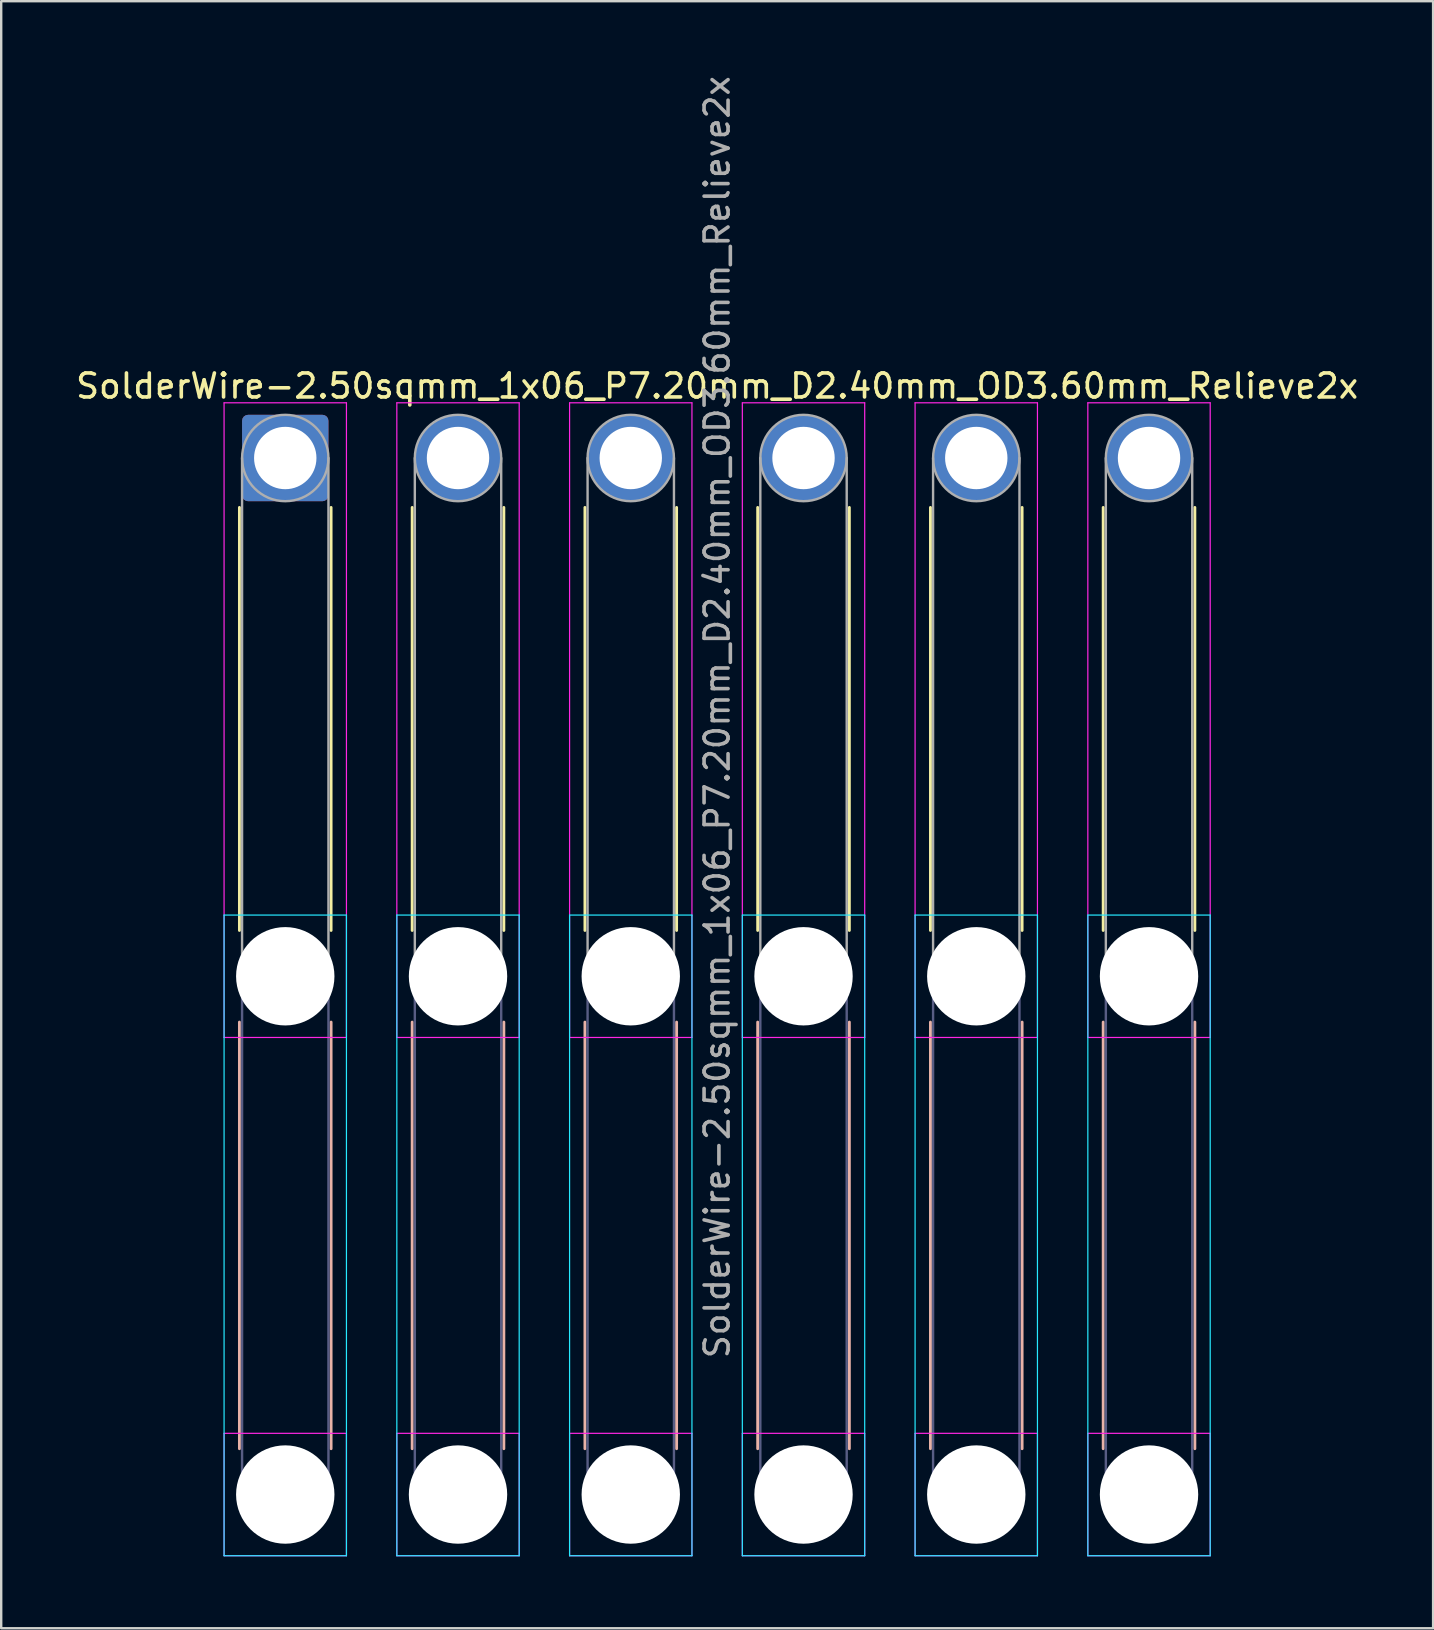
<source format=kicad_pcb>
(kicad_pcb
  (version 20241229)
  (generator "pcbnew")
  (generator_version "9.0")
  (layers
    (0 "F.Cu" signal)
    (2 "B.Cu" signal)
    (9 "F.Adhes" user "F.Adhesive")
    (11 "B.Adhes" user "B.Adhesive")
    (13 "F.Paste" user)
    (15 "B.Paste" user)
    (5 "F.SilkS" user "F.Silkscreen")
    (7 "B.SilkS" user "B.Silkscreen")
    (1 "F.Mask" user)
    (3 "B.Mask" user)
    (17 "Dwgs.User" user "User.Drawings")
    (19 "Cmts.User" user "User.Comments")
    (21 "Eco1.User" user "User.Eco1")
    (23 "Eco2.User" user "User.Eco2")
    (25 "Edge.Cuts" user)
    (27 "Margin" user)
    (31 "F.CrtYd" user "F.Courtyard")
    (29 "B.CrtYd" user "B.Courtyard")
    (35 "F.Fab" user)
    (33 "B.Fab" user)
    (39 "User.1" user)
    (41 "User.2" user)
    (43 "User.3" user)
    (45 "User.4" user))
  (footprint "SolderWire-2.50sqmm_1x06_P7.20mm_D2.40mm_OD3.60mm_Relieve2x"
    (layer "F.Cu")
    (at 8.839 16.039)
    (property "Reference" "SolderWire-2.50sqmm_1x06_P7.20mm_D2.40mm_OD3.60mm_Relieve2x" (at 18 -3 0) (layer "F.SilkS") (effects (font (size 1 1) (thickness 0.15))))
    (attr exclude_from_pos_files exclude_from_bom)
    (fp_line (start -1.91 2.06) (end -1.91 19.69) (stroke (width 0.12) (type solid)) (layer "F.SilkS"))
    (fp_line (start 1.91 2.06) (end 1.91 19.69) (stroke (width 0.12) (type solid)) (layer "F.SilkS"))
    (fp_line (start 5.29 2.06) (end 5.29 19.69) (stroke (width 0.12) (type solid)) (layer "F.SilkS"))
    (fp_line (start 9.11 2.06) (end 9.11 19.69) (stroke (width 0.12) (type solid)) (layer "F.SilkS"))
    (fp_line (start 12.49 2.06) (end 12.49 19.69) (stroke (width 0.12) (type solid)) (layer "F.SilkS"))
    (fp_line (start 16.31 2.06) (end 16.31 19.69) (stroke (width 0.12) (type solid)) (layer "F.SilkS"))
    (fp_line (start 19.69 2.06) (end 19.69 19.69) (stroke (width 0.12) (type solid)) (layer "F.SilkS"))
    (fp_line (start 23.51 2.06) (end 23.51 19.69) (stroke (width 0.12) (type solid)) (layer "F.SilkS"))
    (fp_line (start 26.89 2.06) (end 26.89 19.69) (stroke (width 0.12) (type solid)) (layer "F.SilkS"))
    (fp_line (start 30.71 2.06) (end 30.71 19.69) (stroke (width 0.12) (type solid)) (layer "F.SilkS"))
    (fp_line (start 34.09 2.06) (end 34.09 19.69) (stroke (width 0.12) (type solid)) (layer "F.SilkS"))
    (fp_line (start 37.91 2.06) (end 37.91 19.69) (stroke (width 0.12) (type solid)) (layer "F.SilkS"))
    (fp_line (start -1.91 23.51) (end -1.91 41.29) (stroke (width 0.12) (type solid)) (layer "B.SilkS"))
    (fp_line (start 1.91 23.51) (end 1.91 41.29) (stroke (width 0.12) (type solid)) (layer "B.SilkS"))
    (fp_line (start 5.29 23.51) (end 5.29 41.29) (stroke (width 0.12) (type solid)) (layer "B.SilkS"))
    (fp_line (start 9.11 23.51) (end 9.11 41.29) (stroke (width 0.12) (type solid)) (layer "B.SilkS"))
    (fp_line (start 12.49 23.51) (end 12.49 41.29) (stroke (width 0.12) (type solid)) (layer "B.SilkS"))
    (fp_line (start 16.31 23.51) (end 16.31 41.29) (stroke (width 0.12) (type solid)) (layer "B.SilkS"))
    (fp_line (start 19.69 23.51) (end 19.69 41.29) (stroke (width 0.12) (type solid)) (layer "B.SilkS"))
    (fp_line (start 23.51 23.51) (end 23.51 41.29) (stroke (width 0.12) (type solid)) (layer "B.SilkS"))
    (fp_line (start 26.89 23.51) (end 26.89 41.29) (stroke (width 0.12) (type solid)) (layer "B.SilkS"))
    (fp_line (start 30.71 23.51) (end 30.71 41.29) (stroke (width 0.12) (type solid)) (layer "B.SilkS"))
    (fp_line (start 34.09 23.51) (end 34.09 41.29) (stroke (width 0.12) (type solid)) (layer "B.SilkS"))
    (fp_line (start 37.91 23.51) (end 37.91 41.29) (stroke (width 0.12) (type solid)) (layer "B.SilkS"))
    (fp_line (start -2.55 19.05) (end -2.55 45.75) (stroke (width 0.05) (type solid)) (layer "B.CrtYd"))
    (fp_line (start -2.55 45.75) (end 2.55 45.75) (stroke (width 0.05) (type solid)) (layer "B.CrtYd"))
    (fp_line (start 2.55 19.05) (end -2.55 19.05) (stroke (width 0.05) (type solid)) (layer "B.CrtYd"))
    (fp_line (start 2.55 45.75) (end 2.55 19.05) (stroke (width 0.05) (type solid)) (layer "B.CrtYd"))
    (fp_line (start 4.65 19.05) (end 4.65 45.75) (stroke (width 0.05) (type solid)) (layer "B.CrtYd"))
    (fp_line (start 4.65 45.75) (end 9.75 45.75) (stroke (width 0.05) (type solid)) (layer "B.CrtYd"))
    (fp_line (start 9.75 19.05) (end 4.65 19.05) (stroke (width 0.05) (type solid)) (layer "B.CrtYd"))
    (fp_line (start 9.75 45.75) (end 9.75 19.05) (stroke (width 0.05) (type solid)) (layer "B.CrtYd"))
    (fp_line (start 11.85 19.05) (end 11.85 45.75) (stroke (width 0.05) (type solid)) (layer "B.CrtYd"))
    (fp_line (start 11.85 45.75) (end 16.95 45.75) (stroke (width 0.05) (type solid)) (layer "B.CrtYd"))
    (fp_line (start 16.95 19.05) (end 11.85 19.05) (stroke (width 0.05) (type solid)) (layer "B.CrtYd"))
    (fp_line (start 16.95 45.75) (end 16.95 19.05) (stroke (width 0.05) (type solid)) (layer "B.CrtYd"))
    (fp_line (start 19.05 19.05) (end 19.05 45.75) (stroke (width 0.05) (type solid)) (layer "B.CrtYd"))
    (fp_line (start 19.05 45.75) (end 24.15 45.75) (stroke (width 0.05) (type solid)) (layer "B.CrtYd"))
    (fp_line (start 24.15 19.05) (end 19.05 19.05) (stroke (width 0.05) (type solid)) (layer "B.CrtYd"))
    (fp_line (start 24.15 45.75) (end 24.15 19.05) (stroke (width 0.05) (type solid)) (layer "B.CrtYd"))
    (fp_line (start 26.25 19.05) (end 26.25 45.75) (stroke (width 0.05) (type solid)) (layer "B.CrtYd"))
    (fp_line (start 26.25 45.75) (end 31.35 45.75) (stroke (width 0.05) (type solid)) (layer "B.CrtYd"))
    (fp_line (start 31.35 19.05) (end 26.25 19.05) (stroke (width 0.05) (type solid)) (layer "B.CrtYd"))
    (fp_line (start 31.35 45.75) (end 31.35 19.05) (stroke (width 0.05) (type solid)) (layer "B.CrtYd"))
    (fp_line (start 33.45 19.05) (end 33.45 45.75) (stroke (width 0.05) (type solid)) (layer "B.CrtYd"))
    (fp_line (start 33.45 45.75) (end 38.55 45.75) (stroke (width 0.05) (type solid)) (layer "B.CrtYd"))
    (fp_line (start 38.55 19.05) (end 33.45 19.05) (stroke (width 0.05) (type solid)) (layer "B.CrtYd"))
    (fp_line (start 38.55 45.75) (end 38.55 19.05) (stroke (width 0.05) (type solid)) (layer "B.CrtYd"))
    (fp_line (start -2.55 -2.3) (end -2.55 24.15) (stroke (width 0.05) (type solid)) (layer "F.CrtYd"))
    (fp_line (start -2.55 24.15) (end 2.55 24.15) (stroke (width 0.05) (type solid)) (layer "F.CrtYd"))
    (fp_line (start -2.55 40.65) (end -2.55 45.75) (stroke (width 0.05) (type solid)) (layer "F.CrtYd"))
    (fp_line (start -2.55 45.75) (end 2.55 45.75) (stroke (width 0.05) (type solid)) (layer "F.CrtYd"))
    (fp_line (start 2.55 -2.3) (end -2.55 -2.3) (stroke (width 0.05) (type solid)) (layer "F.CrtYd"))
    (fp_line (start 2.55 24.15) (end 2.55 -2.3) (stroke (width 0.05) (type solid)) (layer "F.CrtYd"))
    (fp_line (start 2.55 40.65) (end -2.55 40.65) (stroke (width 0.05) (type solid)) (layer "F.CrtYd"))
    (fp_line (start 2.55 45.75) (end 2.55 40.65) (stroke (width 0.05) (type solid)) (layer "F.CrtYd"))
    (fp_line (start 4.65 -2.3) (end 4.65 24.15) (stroke (width 0.05) (type solid)) (layer "F.CrtYd"))
    (fp_line (start 4.65 24.15) (end 9.75 24.15) (stroke (width 0.05) (type solid)) (layer "F.CrtYd"))
    (fp_line (start 4.65 40.65) (end 4.65 45.75) (stroke (width 0.05) (type solid)) (layer "F.CrtYd"))
    (fp_line (start 4.65 45.75) (end 9.75 45.75) (stroke (width 0.05) (type solid)) (layer "F.CrtYd"))
    (fp_line (start 9.75 -2.3) (end 4.65 -2.3) (stroke (width 0.05) (type solid)) (layer "F.CrtYd"))
    (fp_line (start 9.75 24.15) (end 9.75 -2.3) (stroke (width 0.05) (type solid)) (layer "F.CrtYd"))
    (fp_line (start 9.75 40.65) (end 4.65 40.65) (stroke (width 0.05) (type solid)) (layer "F.CrtYd"))
    (fp_line (start 9.75 45.75) (end 9.75 40.65) (stroke (width 0.05) (type solid)) (layer "F.CrtYd"))
    (fp_line (start 11.85 -2.3) (end 11.85 24.15) (stroke (width 0.05) (type solid)) (layer "F.CrtYd"))
    (fp_line (start 11.85 24.15) (end 16.95 24.15) (stroke (width 0.05) (type solid)) (layer "F.CrtYd"))
    (fp_line (start 11.85 40.65) (end 11.85 45.75) (stroke (width 0.05) (type solid)) (layer "F.CrtYd"))
    (fp_line (start 11.85 45.75) (end 16.95 45.75) (stroke (width 0.05) (type solid)) (layer "F.CrtYd"))
    (fp_line (start 16.95 -2.3) (end 11.85 -2.3) (stroke (width 0.05) (type solid)) (layer "F.CrtYd"))
    (fp_line (start 16.95 24.15) (end 16.95 -2.3) (stroke (width 0.05) (type solid)) (layer "F.CrtYd"))
    (fp_line (start 16.95 40.65) (end 11.85 40.65) (stroke (width 0.05) (type solid)) (layer "F.CrtYd"))
    (fp_line (start 16.95 45.75) (end 16.95 40.65) (stroke (width 0.05) (type solid)) (layer "F.CrtYd"))
    (fp_line (start 19.05 -2.3) (end 19.05 24.15) (stroke (width 0.05) (type solid)) (layer "F.CrtYd"))
    (fp_line (start 19.05 24.15) (end 24.15 24.15) (stroke (width 0.05) (type solid)) (layer "F.CrtYd"))
    (fp_line (start 19.05 40.65) (end 19.05 45.75) (stroke (width 0.05) (type solid)) (layer "F.CrtYd"))
    (fp_line (start 19.05 45.75) (end 24.15 45.75) (stroke (width 0.05) (type solid)) (layer "F.CrtYd"))
    (fp_line (start 24.15 -2.3) (end 19.05 -2.3) (stroke (width 0.05) (type solid)) (layer "F.CrtYd"))
    (fp_line (start 24.15 24.15) (end 24.15 -2.3) (stroke (width 0.05) (type solid)) (layer "F.CrtYd"))
    (fp_line (start 24.15 40.65) (end 19.05 40.65) (stroke (width 0.05) (type solid)) (layer "F.CrtYd"))
    (fp_line (start 24.15 45.75) (end 24.15 40.65) (stroke (width 0.05) (type solid)) (layer "F.CrtYd"))
    (fp_line (start 26.25 -2.3) (end 26.25 24.15) (stroke (width 0.05) (type solid)) (layer "F.CrtYd"))
    (fp_line (start 26.25 24.15) (end 31.35 24.15) (stroke (width 0.05) (type solid)) (layer "F.CrtYd"))
    (fp_line (start 26.25 40.65) (end 26.25 45.75) (stroke (width 0.05) (type solid)) (layer "F.CrtYd"))
    (fp_line (start 26.25 45.75) (end 31.35 45.75) (stroke (width 0.05) (type solid)) (layer "F.CrtYd"))
    (fp_line (start 31.35 -2.3) (end 26.25 -2.3) (stroke (width 0.05) (type solid)) (layer "F.CrtYd"))
    (fp_line (start 31.35 24.15) (end 31.35 -2.3) (stroke (width 0.05) (type solid)) (layer "F.CrtYd"))
    (fp_line (start 31.35 40.65) (end 26.25 40.65) (stroke (width 0.05) (type solid)) (layer "F.CrtYd"))
    (fp_line (start 31.35 45.75) (end 31.35 40.65) (stroke (width 0.05) (type solid)) (layer "F.CrtYd"))
    (fp_line (start 33.45 -2.3) (end 33.45 24.15) (stroke (width 0.05) (type solid)) (layer "F.CrtYd"))
    (fp_line (start 33.45 24.15) (end 38.55 24.15) (stroke (width 0.05) (type solid)) (layer "F.CrtYd"))
    (fp_line (start 33.45 40.65) (end 33.45 45.75) (stroke (width 0.05) (type solid)) (layer "F.CrtYd"))
    (fp_line (start 33.45 45.75) (end 38.55 45.75) (stroke (width 0.05) (type solid)) (layer "F.CrtYd"))
    (fp_line (start 38.55 -2.3) (end 33.45 -2.3) (stroke (width 0.05) (type solid)) (layer "F.CrtYd"))
    (fp_line (start 38.55 24.15) (end 38.55 -2.3) (stroke (width 0.05) (type solid)) (layer "F.CrtYd"))
    (fp_line (start 38.55 40.65) (end 33.45 40.65) (stroke (width 0.05) (type solid)) (layer "F.CrtYd"))
    (fp_line (start 38.55 45.75) (end 38.55 40.65) (stroke (width 0.05) (type solid)) (layer "F.CrtYd"))
    (fp_line (start -1.8 21.6) (end -1.8 43.2) (stroke (width 0.1) (type solid)) (layer "B.Fab"))
    (fp_line (start 1.8 21.6) (end 1.8 43.2) (stroke (width 0.1) (type solid)) (layer "B.Fab"))
    (fp_line (start 5.4 21.6) (end 5.4 43.2) (stroke (width 0.1) (type solid)) (layer "B.Fab"))
    (fp_line (start 9 21.6) (end 9 43.2) (stroke (width 0.1) (type solid)) (layer "B.Fab"))
    (fp_line (start 12.6 21.6) (end 12.6 43.2) (stroke (width 0.1) (type solid)) (layer "B.Fab"))
    (fp_line (start 16.2 21.6) (end 16.2 43.2) (stroke (width 0.1) (type solid)) (layer "B.Fab"))
    (fp_line (start 19.8 21.6) (end 19.8 43.2) (stroke (width 0.1) (type solid)) (layer "B.Fab"))
    (fp_line (start 23.4 21.6) (end 23.4 43.2) (stroke (width 0.1) (type solid)) (layer "B.Fab"))
    (fp_line (start 27 21.6) (end 27 43.2) (stroke (width 0.1) (type solid)) (layer "B.Fab"))
    (fp_line (start 30.6 21.6) (end 30.6 43.2) (stroke (width 0.1) (type solid)) (layer "B.Fab"))
    (fp_line (start 34.2 21.6) (end 34.2 43.2) (stroke (width 0.1) (type solid)) (layer "B.Fab"))
    (fp_line (start 37.8 21.6) (end 37.8 43.2) (stroke (width 0.1) (type solid)) (layer "B.Fab"))
    (fp_circle (center 0 21.6) (end 1.8 21.6) (stroke (width 0.1) (type solid)) (fill no) (layer "B.Fab"))
    (fp_circle (center 0 43.2) (end 1.8 43.2) (stroke (width 0.1) (type solid)) (fill no) (layer "B.Fab"))
    (fp_circle (center 7.2 21.6) (end 9 21.6) (stroke (width 0.1) (type solid)) (fill no) (layer "B.Fab"))
    (fp_circle (center 7.2 43.2) (end 9 43.2) (stroke (width 0.1) (type solid)) (fill no) (layer "B.Fab"))
    (fp_circle (center 14.4 21.6) (end 16.2 21.6) (stroke (width 0.1) (type solid)) (fill no) (layer "B.Fab"))
    (fp_circle (center 14.4 43.2) (end 16.2 43.2) (stroke (width 0.1) (type solid)) (fill no) (layer "B.Fab"))
    (fp_circle (center 21.6 21.6) (end 23.4 21.6) (stroke (width 0.1) (type solid)) (fill no) (layer "B.Fab"))
    (fp_circle (center 21.6 43.2) (end 23.4 43.2) (stroke (width 0.1) (type solid)) (fill no) (layer "B.Fab"))
    (fp_circle (center 28.8 21.6) (end 30.6 21.6) (stroke (width 0.1) (type solid)) (fill no) (layer "B.Fab"))
    (fp_circle (center 28.8 43.2) (end 30.6 43.2) (stroke (width 0.1) (type solid)) (fill no) (layer "B.Fab"))
    (fp_circle (center 36 21.6) (end 37.8 21.6) (stroke (width 0.1) (type solid)) (fill no) (layer "B.Fab"))
    (fp_circle (center 36 43.2) (end 37.8 43.2) (stroke (width 0.1) (type solid)) (fill no) (layer "B.Fab"))
    (fp_line (start -1.8 0) (end -1.8 21.6) (stroke (width 0.1) (type solid)) (layer "F.Fab"))
    (fp_line (start 1.8 0) (end 1.8 21.6) (stroke (width 0.1) (type solid)) (layer "F.Fab"))
    (fp_line (start 5.4 0) (end 5.4 21.6) (stroke (width 0.1) (type solid)) (layer "F.Fab"))
    (fp_line (start 9 0) (end 9 21.6) (stroke (width 0.1) (type solid)) (layer "F.Fab"))
    (fp_line (start 12.6 0) (end 12.6 21.6) (stroke (width 0.1) (type solid)) (layer "F.Fab"))
    (fp_line (start 16.2 0) (end 16.2 21.6) (stroke (width 0.1) (type solid)) (layer "F.Fab"))
    (fp_line (start 19.8 0) (end 19.8 21.6) (stroke (width 0.1) (type solid)) (layer "F.Fab"))
    (fp_line (start 23.4 0) (end 23.4 21.6) (stroke (width 0.1) (type solid)) (layer "F.Fab"))
    (fp_line (start 27 0) (end 27 21.6) (stroke (width 0.1) (type solid)) (layer "F.Fab"))
    (fp_line (start 30.6 0) (end 30.6 21.6) (stroke (width 0.1) (type solid)) (layer "F.Fab"))
    (fp_line (start 34.2 0) (end 34.2 21.6) (stroke (width 0.1) (type solid)) (layer "F.Fab"))
    (fp_line (start 37.8 0) (end 37.8 21.6) (stroke (width 0.1) (type solid)) (layer "F.Fab"))
    (fp_circle (center 0 0) (end 1.8 0) (stroke (width 0.1) (type solid)) (fill no) (layer "F.Fab"))
    (fp_circle (center 0 21.6) (end 1.8 21.6) (stroke (width 0.1) (type solid)) (fill no) (layer "F.Fab"))
    (fp_circle (center 0 43.2) (end 1.8 43.2) (stroke (width 0.1) (type solid)) (fill no) (layer "F.Fab"))
    (fp_circle (center 7.2 0) (end 9 0) (stroke (width 0.1) (type solid)) (fill no) (layer "F.Fab"))
    (fp_circle (center 7.2 21.6) (end 9 21.6) (stroke (width 0.1) (type solid)) (fill no) (layer "F.Fab"))
    (fp_circle (center 7.2 43.2) (end 9 43.2) (stroke (width 0.1) (type solid)) (fill no) (layer "F.Fab"))
    (fp_circle (center 14.4 0) (end 16.2 0) (stroke (width 0.1) (type solid)) (fill no) (layer "F.Fab"))
    (fp_circle (center 14.4 21.6) (end 16.2 21.6) (stroke (width 0.1) (type solid)) (fill no) (layer "F.Fab"))
    (fp_circle (center 14.4 43.2) (end 16.2 43.2) (stroke (width 0.1) (type solid)) (fill no) (layer "F.Fab"))
    (fp_circle (center 21.6 0) (end 23.4 0) (stroke (width 0.1) (type solid)) (fill no) (layer "F.Fab"))
    (fp_circle (center 21.6 21.6) (end 23.4 21.6) (stroke (width 0.1) (type solid)) (fill no) (layer "F.Fab"))
    (fp_circle (center 21.6 43.2) (end 23.4 43.2) (stroke (width 0.1) (type solid)) (fill no) (layer "F.Fab"))
    (fp_circle (center 28.8 0) (end 30.6 0) (stroke (width 0.1) (type solid)) (fill no) (layer "F.Fab"))
    (fp_circle (center 28.8 21.6) (end 30.6 21.6) (stroke (width 0.1) (type solid)) (fill no) (layer "F.Fab"))
    (fp_circle (center 28.8 43.2) (end 30.6 43.2) (stroke (width 0.1) (type solid)) (fill no) (layer "F.Fab"))
    (fp_circle (center 36 0) (end 37.8 0) (stroke (width 0.1) (type solid)) (fill no) (layer "F.Fab"))
    (fp_circle (center 36 21.6) (end 37.8 21.6) (stroke (width 0.1) (type solid)) (fill no) (layer "F.Fab"))
    (fp_circle (center 36 43.2) (end 37.8 43.2) (stroke (width 0.1) (type solid)) (fill no) (layer "F.Fab"))
    (fp_text user "${REFERENCE}" (at 18 10.8 90) (layer "F.Fab") (effects (font (size 1 1) (thickness 0.15))))
    (pad "" np_thru_hole circle (at 0 21.6) (size 4.1 4.1) (drill 4.1) (layers "*.Cu" "*.Mask"))
    (pad "" np_thru_hole circle (at 0 43.2) (size 4.1 4.1) (drill 4.1) (layers "*.Cu" "*.Mask"))
    (pad "" np_thru_hole circle (at 7.2 21.6) (size 4.1 4.1) (drill 4.1) (layers "*.Cu" "*.Mask"))
    (pad "" np_thru_hole circle (at 7.2 43.2) (size 4.1 4.1) (drill 4.1) (layers "*.Cu" "*.Mask"))
    (pad "" np_thru_hole circle (at 14.4 21.6) (size 4.1 4.1) (drill 4.1) (layers "*.Cu" "*.Mask"))
    (pad "" np_thru_hole circle (at 14.4 43.2) (size 4.1 4.1) (drill 4.1) (layers "*.Cu" "*.Mask"))
    (pad "" np_thru_hole circle (at 21.6 21.6) (size 4.1 4.1) (drill 4.1) (layers "*.Cu" "*.Mask"))
    (pad "" np_thru_hole circle (at 21.6 43.2) (size 4.1 4.1) (drill 4.1) (layers "*.Cu" "*.Mask"))
    (pad "" np_thru_hole circle (at 28.8 21.6) (size 4.1 4.1) (drill 4.1) (layers "*.Cu" "*.Mask"))
    (pad "" np_thru_hole circle (at 28.8 43.2) (size 4.1 4.1) (drill 4.1) (layers "*.Cu" "*.Mask"))
    (pad "" np_thru_hole circle (at 36 21.6) (size 4.1 4.1) (drill 4.1) (layers "*.Cu" "*.Mask"))
    (pad "" np_thru_hole circle (at 36 43.2) (size 4.1 4.1) (drill 4.1) (layers "*.Cu" "*.Mask"))
    (pad "1" thru_hole roundrect (at 0 0) (size 3.6 3.6) (drill 2.6) (layers "*.Cu" "*.Mask") (roundrect_rratio 0.069))
    (pad "2" thru_hole circle (at 7.2 0) (size 3.6 3.6) (drill 2.6) (layers "*.Cu" "*.Mask"))
    (pad "3" thru_hole circle (at 14.4 0) (size 3.6 3.6) (drill 2.6) (layers "*.Cu" "*.Mask"))
    (pad "4" thru_hole circle (at 21.6 0) (size 3.6 3.6) (drill 2.6) (layers "*.Cu" "*.Mask"))
    (pad "5" thru_hole circle (at 28.8 0) (size 3.6 3.6) (drill 2.6) (layers "*.Cu" "*.Mask"))
    (pad "6" thru_hole circle (at 36 0) (size 3.6 3.6) (drill 2.6) (layers "*.Cu" "*.Mask")))
  (gr_rect
    (start -3 -3)
    (end 56.679 64.814)
    (stroke (width 0.1) (type default))
    (fill no)
    (layer "Edge.Cuts")))
</source>
